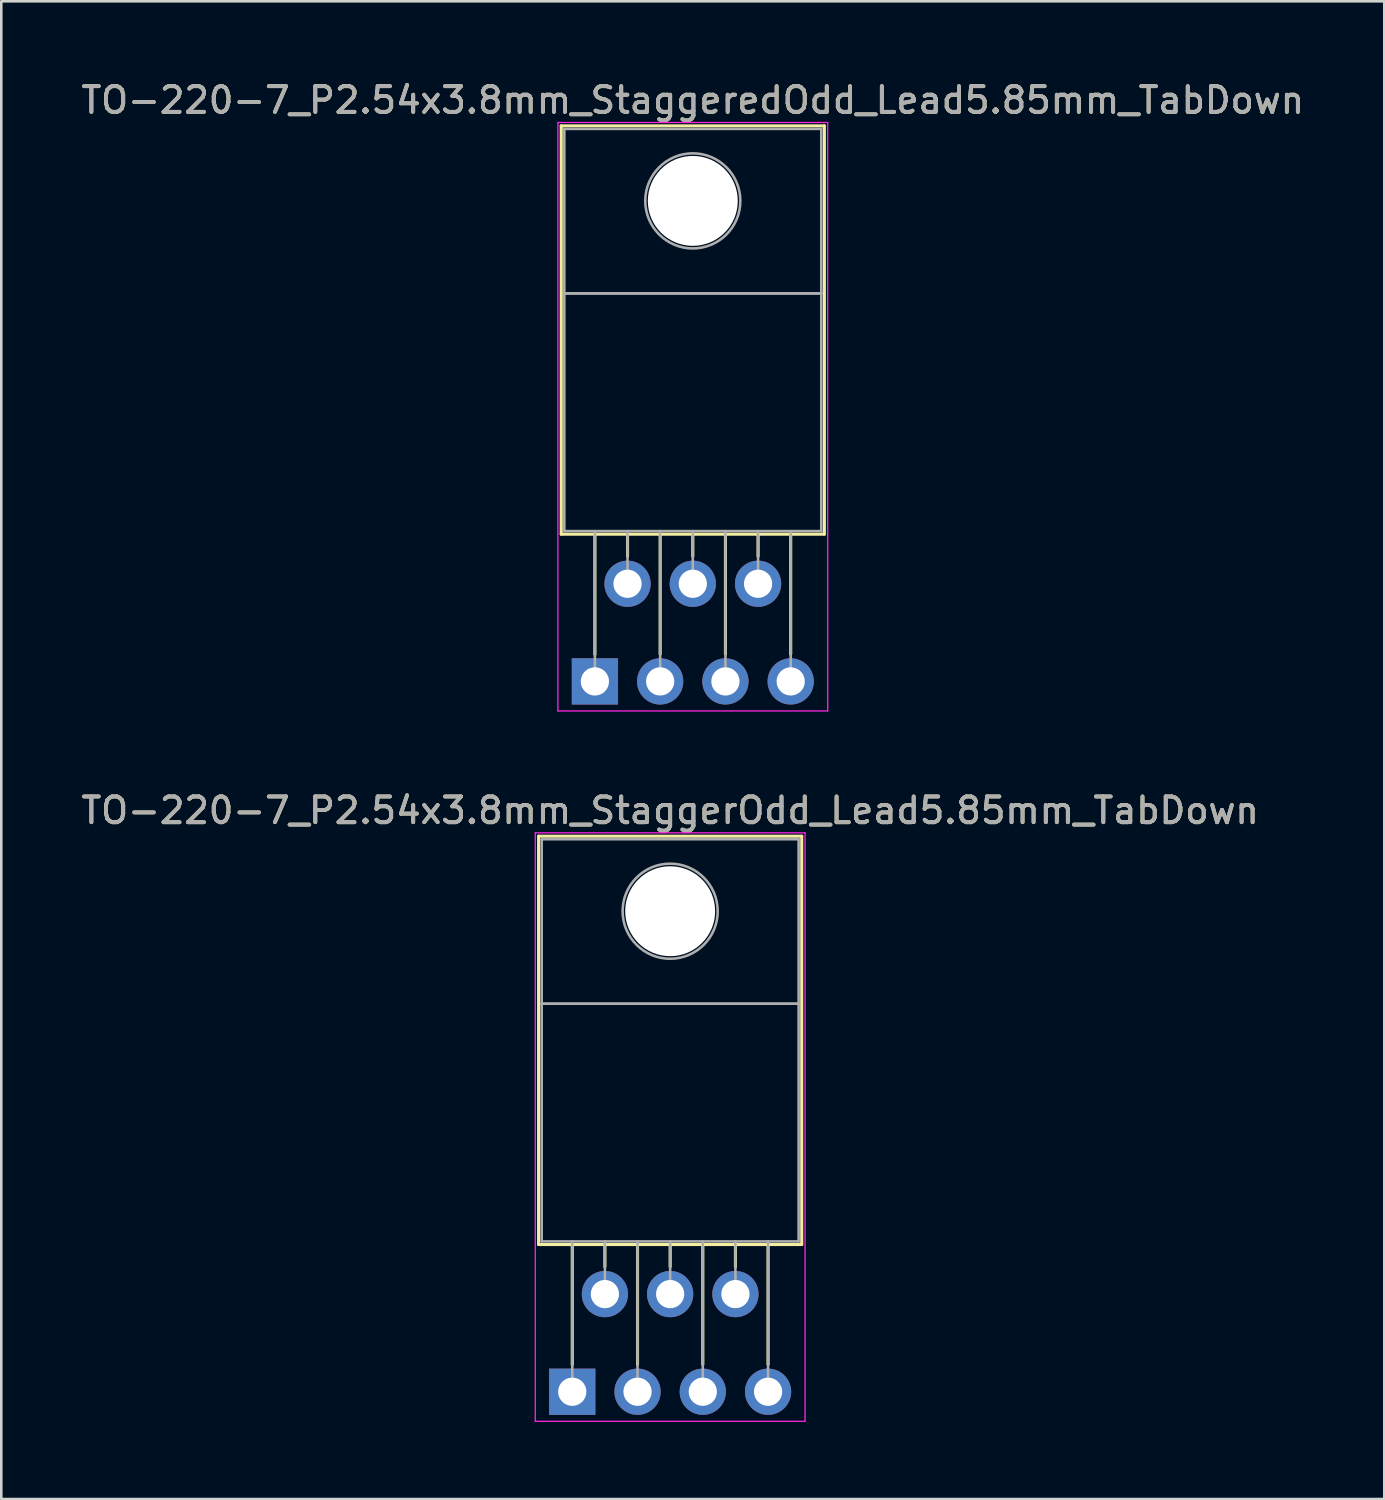
<source format=kicad_pcb>
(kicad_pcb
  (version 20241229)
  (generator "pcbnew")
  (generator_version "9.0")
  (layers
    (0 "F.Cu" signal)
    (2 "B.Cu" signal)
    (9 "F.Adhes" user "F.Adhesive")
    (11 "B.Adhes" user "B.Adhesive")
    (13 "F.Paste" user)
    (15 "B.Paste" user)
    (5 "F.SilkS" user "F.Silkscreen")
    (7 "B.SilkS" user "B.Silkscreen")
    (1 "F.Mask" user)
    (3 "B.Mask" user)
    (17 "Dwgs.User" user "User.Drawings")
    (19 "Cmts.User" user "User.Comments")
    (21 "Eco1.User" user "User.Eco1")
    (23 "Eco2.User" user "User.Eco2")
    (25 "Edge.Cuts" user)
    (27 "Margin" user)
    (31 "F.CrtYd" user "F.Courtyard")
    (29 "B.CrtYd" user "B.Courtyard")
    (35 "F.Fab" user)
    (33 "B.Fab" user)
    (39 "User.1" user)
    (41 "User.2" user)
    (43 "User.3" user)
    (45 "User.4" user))
  (footprint "TO-220-7_P2.54x3.8mm_StaggeredOdd_Lead5.85mm_TabDown"
    (layer "F.Cu")
    (at 20.101 23.468)
    (property "Reference" "TO-220-7_P2.54x3.8mm_StaggeredOdd_Lead5.85mm_TabDown" (at 3.81 -22.62 0) (layer "F.SilkS") (effects (font (size 1 1) (thickness 0.15))))
    (attr through_hole)
    (fp_line (start -1.31 -21.62) (end -1.31 -5.73) (stroke (width 0.12) (type solid)) (layer "F.SilkS"))
    (fp_line (start -1.31 -21.62) (end 8.93 -21.62) (stroke (width 0.12) (type solid)) (layer "F.SilkS"))
    (fp_line (start -1.31 -5.73) (end 8.93 -5.73) (stroke (width 0.12) (type solid)) (layer "F.SilkS"))
    (fp_line (start 0 -5.73) (end 0 -1.05) (stroke (width 0.12) (type solid)) (layer "F.SilkS"))
    (fp_line (start 1.27 -5.73) (end 1.27 -4.866) (stroke (width 0.12) (type solid)) (layer "F.SilkS"))
    (fp_line (start 2.54 -5.73) (end 2.54 -1.065) (stroke (width 0.12) (type solid)) (layer "F.SilkS"))
    (fp_line (start 3.81 -5.73) (end 3.81 -4.866) (stroke (width 0.12) (type solid)) (layer "F.SilkS"))
    (fp_line (start 5.08 -5.73) (end 5.08 -1.065) (stroke (width 0.12) (type solid)) (layer "F.SilkS"))
    (fp_line (start 6.35 -5.73) (end 6.35 -4.866) (stroke (width 0.12) (type solid)) (layer "F.SilkS"))
    (fp_line (start 7.62 -5.73) (end 7.62 -1.065) (stroke (width 0.12) (type solid)) (layer "F.SilkS"))
    (fp_line (start 8.93 -21.62) (end 8.93 -5.73) (stroke (width 0.12) (type solid)) (layer "F.SilkS"))
    (fp_line (start -1.44 -21.75) (end -1.44 1.15) (stroke (width 0.05) (type solid)) (layer "F.CrtYd"))
    (fp_line (start -1.44 1.15) (end 9.06 1.15) (stroke (width 0.05) (type solid)) (layer "F.CrtYd"))
    (fp_line (start 9.06 -21.75) (end -1.44 -21.75) (stroke (width 0.05) (type solid)) (layer "F.CrtYd"))
    (fp_line (start 9.06 1.15) (end 9.06 -21.75) (stroke (width 0.05) (type solid)) (layer "F.CrtYd"))
    (fp_line (start -1.19 -21.5) (end 8.81 -21.5) (stroke (width 0.1) (type solid)) (layer "F.Fab"))
    (fp_line (start -1.19 -15.1) (end -1.19 -21.5) (stroke (width 0.1) (type solid)) (layer "F.Fab"))
    (fp_line (start -1.19 -15.1) (end 8.81 -15.1) (stroke (width 0.1) (type solid)) (layer "F.Fab"))
    (fp_line (start -1.19 -5.85) (end -1.19 -15.1) (stroke (width 0.1) (type solid)) (layer "F.Fab"))
    (fp_line (start 0 -5.85) (end 0 0) (stroke (width 0.1) (type solid)) (layer "F.Fab"))
    (fp_line (start 1.27 -5.85) (end 1.27 -3.8) (stroke (width 0.1) (type solid)) (layer "F.Fab"))
    (fp_line (start 2.54 -5.85) (end 2.54 0) (stroke (width 0.1) (type solid)) (layer "F.Fab"))
    (fp_line (start 3.81 -5.85) (end 3.81 -3.8) (stroke (width 0.1) (type solid)) (layer "F.Fab"))
    (fp_line (start 5.08 -5.85) (end 5.08 0) (stroke (width 0.1) (type solid)) (layer "F.Fab"))
    (fp_line (start 6.35 -5.85) (end 6.35 -3.8) (stroke (width 0.1) (type solid)) (layer "F.Fab"))
    (fp_line (start 7.62 -5.85) (end 7.62 0) (stroke (width 0.1) (type solid)) (layer "F.Fab"))
    (fp_line (start 8.81 -21.5) (end 8.81 -15.1) (stroke (width 0.1) (type solid)) (layer "F.Fab"))
    (fp_line (start 8.81 -15.1) (end -1.19 -15.1) (stroke (width 0.1) (type solid)) (layer "F.Fab"))
    (fp_line (start 8.81 -15.1) (end 8.81 -5.85) (stroke (width 0.1) (type solid)) (layer "F.Fab"))
    (fp_line (start 8.81 -5.85) (end -1.19 -5.85) (stroke (width 0.1) (type solid)) (layer "F.Fab"))
    (fp_circle (center 3.81 -18.7) (end 5.66 -18.7) (stroke (width 0.1) (type solid)) (fill no) (layer "F.Fab"))
    (fp_text user "${REFERENCE}" (at 3.81 -22.62 0) (layer "F.Fab") (effects (font (size 1 1) (thickness 0.15))))
    (pad "" np_thru_hole oval (at 3.81 -18.7) (size 3.5 3.5) (drill 3.5) (layers "*.Cu" "*.Mask"))
    (pad "1" thru_hole rect (at 0 0) (size 1.8 1.8) (drill 1.1) (layers "*.Cu" "*.Mask"))
    (pad "2" thru_hole oval (at 1.27 -3.8) (size 1.8 1.8) (drill 1.1) (layers "*.Cu" "*.Mask"))
    (pad "3" thru_hole oval (at 2.54 0) (size 1.8 1.8) (drill 1.1) (layers "*.Cu" "*.Mask"))
    (pad "4" thru_hole oval (at 3.81 -3.8) (size 1.8 1.8) (drill 1.1) (layers "*.Cu" "*.Mask"))
    (pad "5" thru_hole oval (at 5.08 0) (size 1.8 1.8) (drill 1.1) (layers "*.Cu" "*.Mask"))
    (pad "6" thru_hole oval (at 6.35 -3.8) (size 1.8 1.8) (drill 1.1) (layers "*.Cu" "*.Mask"))
    (pad "7" thru_hole oval (at 7.62 0) (size 1.8 1.8) (drill 1.1) (layers "*.Cu" "*.Mask")))
  (footprint "TO-220-7_P2.54x3.8mm_StaggerOdd_Lead5.85mm_TabDown"
    (layer "F.Cu")
    (at 19.22 51.111)
    (property "Reference" "TO-220-7_P2.54x3.8mm_StaggerOdd_Lead5.85mm_TabDown" (at 3.81 -22.62 0) (layer "F.SilkS") (effects (font (size 1 1) (thickness 0.15))))
    (attr through_hole)
    (fp_line (start -1.31 -21.62) (end -1.31 -5.73) (stroke (width 0.12) (type solid)) (layer "F.SilkS"))
    (fp_line (start -1.31 -21.62) (end 8.93 -21.62) (stroke (width 0.12) (type solid)) (layer "F.SilkS"))
    (fp_line (start -1.31 -5.73) (end 8.93 -5.73) (stroke (width 0.12) (type solid)) (layer "F.SilkS"))
    (fp_line (start 0 -5.73) (end 0 -1.05) (stroke (width 0.12) (type solid)) (layer "F.SilkS"))
    (fp_line (start 1.27 -5.73) (end 1.27 -4.866) (stroke (width 0.12) (type solid)) (layer "F.SilkS"))
    (fp_line (start 2.54 -5.73) (end 2.54 -1.065) (stroke (width 0.12) (type solid)) (layer "F.SilkS"))
    (fp_line (start 3.81 -5.73) (end 3.81 -4.866) (stroke (width 0.12) (type solid)) (layer "F.SilkS"))
    (fp_line (start 5.08 -5.73) (end 5.08 -1.065) (stroke (width 0.12) (type solid)) (layer "F.SilkS"))
    (fp_line (start 6.35 -5.73) (end 6.35 -4.866) (stroke (width 0.12) (type solid)) (layer "F.SilkS"))
    (fp_line (start 7.62 -5.73) (end 7.62 -1.065) (stroke (width 0.12) (type solid)) (layer "F.SilkS"))
    (fp_line (start 8.93 -21.62) (end 8.93 -5.73) (stroke (width 0.12) (type solid)) (layer "F.SilkS"))
    (fp_line (start -1.44 -21.75) (end -1.44 1.15) (stroke (width 0.05) (type solid)) (layer "F.CrtYd"))
    (fp_line (start -1.44 1.15) (end 9.06 1.15) (stroke (width 0.05) (type solid)) (layer "F.CrtYd"))
    (fp_line (start 9.06 -21.75) (end -1.44 -21.75) (stroke (width 0.05) (type solid)) (layer "F.CrtYd"))
    (fp_line (start 9.06 1.15) (end 9.06 -21.75) (stroke (width 0.05) (type solid)) (layer "F.CrtYd"))
    (fp_line (start -1.19 -21.5) (end 8.81 -21.5) (stroke (width 0.1) (type solid)) (layer "F.Fab"))
    (fp_line (start -1.19 -15.1) (end -1.19 -21.5) (stroke (width 0.1) (type solid)) (layer "F.Fab"))
    (fp_line (start -1.19 -15.1) (end 8.81 -15.1) (stroke (width 0.1) (type solid)) (layer "F.Fab"))
    (fp_line (start -1.19 -5.85) (end -1.19 -15.1) (stroke (width 0.1) (type solid)) (layer "F.Fab"))
    (fp_line (start 0 -5.85) (end 0 0) (stroke (width 0.1) (type solid)) (layer "F.Fab"))
    (fp_line (start 1.27 -5.85) (end 1.27 -3.8) (stroke (width 0.1) (type solid)) (layer "F.Fab"))
    (fp_line (start 2.54 -5.85) (end 2.54 0) (stroke (width 0.1) (type solid)) (layer "F.Fab"))
    (fp_line (start 3.81 -5.85) (end 3.81 -3.8) (stroke (width 0.1) (type solid)) (layer "F.Fab"))
    (fp_line (start 5.08 -5.85) (end 5.08 0) (stroke (width 0.1) (type solid)) (layer "F.Fab"))
    (fp_line (start 6.35 -5.85) (end 6.35 -3.8) (stroke (width 0.1) (type solid)) (layer "F.Fab"))
    (fp_line (start 7.62 -5.85) (end 7.62 0) (stroke (width 0.1) (type solid)) (layer "F.Fab"))
    (fp_line (start 8.81 -21.5) (end 8.81 -15.1) (stroke (width 0.1) (type solid)) (layer "F.Fab"))
    (fp_line (start 8.81 -15.1) (end -1.19 -15.1) (stroke (width 0.1) (type solid)) (layer "F.Fab"))
    (fp_line (start 8.81 -15.1) (end 8.81 -5.85) (stroke (width 0.1) (type solid)) (layer "F.Fab"))
    (fp_line (start 8.81 -5.85) (end -1.19 -5.85) (stroke (width 0.1) (type solid)) (layer "F.Fab"))
    (fp_circle (center 3.81 -18.7) (end 5.66 -18.7) (stroke (width 0.1) (type solid)) (fill no) (layer "F.Fab"))
    (fp_text user "${REFERENCE}" (at 3.81 -22.62 0) (layer "F.Fab") (effects (font (size 1 1) (thickness 0.15))))
    (pad "" np_thru_hole oval (at 3.81 -18.7) (size 3.5 3.5) (drill 3.5) (layers "*.Cu" "*.Mask"))
    (pad "1" thru_hole rect (at 0 0) (size 1.8 1.8) (drill 1.1) (layers "*.Cu" "*.Mask"))
    (pad "2" thru_hole oval (at 1.27 -3.8) (size 1.8 1.8) (drill 1.1) (layers "*.Cu" "*.Mask"))
    (pad "3" thru_hole oval (at 2.54 0) (size 1.8 1.8) (drill 1.1) (layers "*.Cu" "*.Mask"))
    (pad "4" thru_hole oval (at 3.81 -3.8) (size 1.8 1.8) (drill 1.1) (layers "*.Cu" "*.Mask"))
    (pad "5" thru_hole oval (at 5.08 0) (size 1.8 1.8) (drill 1.1) (layers "*.Cu" "*.Mask"))
    (pad "6" thru_hole oval (at 6.35 -3.8) (size 1.8 1.8) (drill 1.1) (layers "*.Cu" "*.Mask"))
    (pad "7" thru_hole oval (at 7.62 0) (size 1.8 1.8) (drill 1.1) (layers "*.Cu" "*.Mask")))
  (gr_rect
    (start -3 -3)
    (end 50.821 55.286)
    (stroke (width 0.1) (type default))
    (fill no)
    (layer "Edge.Cuts")))
</source>
